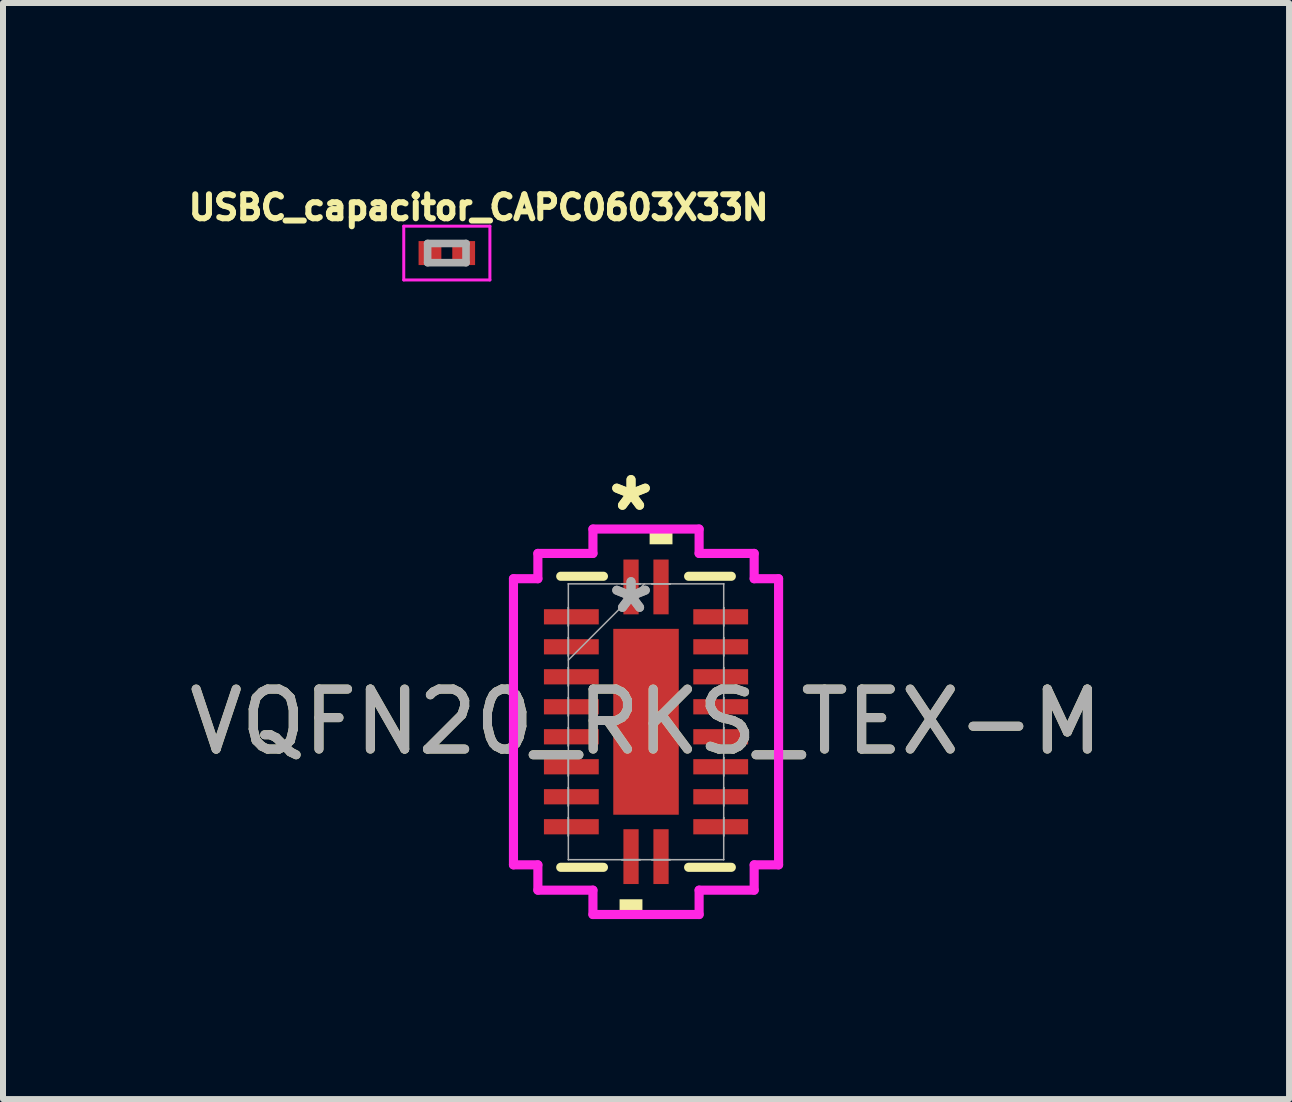
<source format=kicad_pcb>
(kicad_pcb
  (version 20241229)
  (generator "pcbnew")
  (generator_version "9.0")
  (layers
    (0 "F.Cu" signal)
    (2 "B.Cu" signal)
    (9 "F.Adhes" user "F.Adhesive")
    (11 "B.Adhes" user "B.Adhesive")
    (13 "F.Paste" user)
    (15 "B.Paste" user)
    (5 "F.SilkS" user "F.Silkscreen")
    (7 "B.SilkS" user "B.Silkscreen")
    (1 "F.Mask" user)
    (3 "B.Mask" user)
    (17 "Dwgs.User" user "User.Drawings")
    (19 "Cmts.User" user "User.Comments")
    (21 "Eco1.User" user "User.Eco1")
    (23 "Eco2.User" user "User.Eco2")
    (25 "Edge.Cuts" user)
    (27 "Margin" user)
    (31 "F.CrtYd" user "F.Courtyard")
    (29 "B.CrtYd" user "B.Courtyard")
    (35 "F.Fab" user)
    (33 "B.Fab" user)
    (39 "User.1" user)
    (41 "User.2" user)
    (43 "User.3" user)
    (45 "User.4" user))
  (footprint "VQFN20_RKS_TEX-M"
    (layer "F.Cu")
    (at 7.72 8.983)
    (property "Reference" "VQFN20_RKS_TEX-M" (at 0 0 0) (unlocked yes) (layer "F.SilkS") (effects (font (size 1 1) (thickness 0.15))))
    (attr smd)
    (fp_line (start -1.422 2.426) (end -0.71 2.426) (stroke (width 0.152) (type solid)) (layer "F.SilkS"))
    (fp_line (start -0.71 -2.426) (end -1.422 -2.426) (stroke (width 0.152) (type solid)) (layer "F.SilkS"))
    (fp_line (start 0.71 2.426) (end 1.422 2.426) (stroke (width 0.152) (type solid)) (layer "F.SilkS"))
    (fp_line (start 1.422 -2.426) (end 0.71 -2.426) (stroke (width 0.152) (type solid)) (layer "F.SilkS"))
    (fp_poly (pts (xy -0.441 2.959) (xy -0.441 3.213) (xy -0.06 3.213) (xy -0.06 2.959)) (stroke (width 0) (type solid)) (fill yes) (layer "F.SilkS"))
    (fp_poly (pts (xy 0.06 -2.959) (xy 0.06 -3.213) (xy 0.441 -3.213) (xy 0.441 -2.959)) (stroke (width 0) (type solid)) (fill yes) (layer "F.SilkS"))
    (fp_poly (pts (xy -0.446 -1.449) (xy -0.446 -0.1) (xy 0.446 -0.1) (xy 0.446 -1.449)) (stroke (width 0) (type solid)) (fill yes) (layer "F.Paste"))
    (fp_poly (pts (xy -0.446 0.1) (xy -0.446 1.449) (xy 0.446 1.449) (xy 0.446 0.1)) (stroke (width 0) (type solid)) (fill yes) (layer "F.Paste"))
    (fp_line (start -2.21 -2.385) (end -1.803 -2.385) (stroke (width 0.152) (type solid)) (layer "F.CrtYd"))
    (fp_line (start -2.21 2.385) (end -2.21 -2.385) (stroke (width 0.152) (type solid)) (layer "F.CrtYd"))
    (fp_line (start -1.803 -2.807) (end -0.885 -2.807) (stroke (width 0.152) (type solid)) (layer "F.CrtYd"))
    (fp_line (start -1.803 -2.385) (end -1.803 -2.807) (stroke (width 0.152) (type solid)) (layer "F.CrtYd"))
    (fp_line (start -1.803 2.385) (end -2.21 2.385) (stroke (width 0.152) (type solid)) (layer "F.CrtYd"))
    (fp_line (start -1.803 2.807) (end -1.803 2.385) (stroke (width 0.152) (type solid)) (layer "F.CrtYd"))
    (fp_line (start -0.885 -3.213) (end 0.885 -3.213) (stroke (width 0.152) (type solid)) (layer "F.CrtYd"))
    (fp_line (start -0.885 -2.807) (end -0.885 -3.213) (stroke (width 0.152) (type solid)) (layer "F.CrtYd"))
    (fp_line (start -0.885 2.807) (end -1.803 2.807) (stroke (width 0.152) (type solid)) (layer "F.CrtYd"))
    (fp_line (start -0.885 3.213) (end -0.885 2.807) (stroke (width 0.152) (type solid)) (layer "F.CrtYd"))
    (fp_line (start 0.885 -3.213) (end 0.885 -2.807) (stroke (width 0.152) (type solid)) (layer "F.CrtYd"))
    (fp_line (start 0.885 -2.807) (end 1.803 -2.807) (stroke (width 0.152) (type solid)) (layer "F.CrtYd"))
    (fp_line (start 0.885 2.807) (end 0.885 3.213) (stroke (width 0.152) (type solid)) (layer "F.CrtYd"))
    (fp_line (start 0.885 3.213) (end -0.885 3.213) (stroke (width 0.152) (type solid)) (layer "F.CrtYd"))
    (fp_line (start 1.803 -2.807) (end 1.803 -2.385) (stroke (width 0.152) (type solid)) (layer "F.CrtYd"))
    (fp_line (start 1.803 -2.385) (end 2.21 -2.385) (stroke (width 0.152) (type solid)) (layer "F.CrtYd"))
    (fp_line (start 1.803 2.385) (end 1.803 2.807) (stroke (width 0.152) (type solid)) (layer "F.CrtYd"))
    (fp_line (start 1.803 2.807) (end 0.885 2.807) (stroke (width 0.152) (type solid)) (layer "F.CrtYd"))
    (fp_line (start 2.21 -2.385) (end 2.21 2.385) (stroke (width 0.152) (type solid)) (layer "F.CrtYd"))
    (fp_line (start 2.21 2.385) (end 1.803 2.385) (stroke (width 0.152) (type solid)) (layer "F.CrtYd"))
    (fp_line (start -1.295 -2.299) (end -1.295 -2.299) (stroke (width 0.025) (type solid)) (layer "F.Fab"))
    (fp_line (start -1.295 -2.299) (end -1.295 2.299) (stroke (width 0.025) (type solid)) (layer "F.Fab"))
    (fp_line (start -1.295 -1.903) (end -1.295 -1.903) (stroke (width 0.025) (type solid)) (layer "F.Fab"))
    (fp_line (start -1.295 -1.903) (end -1.295 -1.598) (stroke (width 0.025) (type solid)) (layer "F.Fab"))
    (fp_line (start -1.295 -1.598) (end -1.295 -1.903) (stroke (width 0.025) (type solid)) (layer "F.Fab"))
    (fp_line (start -1.295 -1.598) (end -1.295 -1.598) (stroke (width 0.025) (type solid)) (layer "F.Fab"))
    (fp_line (start -1.295 -1.403) (end -1.295 -1.403) (stroke (width 0.025) (type solid)) (layer "F.Fab"))
    (fp_line (start -1.295 -1.403) (end -1.295 -1.098) (stroke (width 0.025) (type solid)) (layer "F.Fab"))
    (fp_line (start -1.295 -1.098) (end -1.295 -1.403) (stroke (width 0.025) (type solid)) (layer "F.Fab"))
    (fp_line (start -1.295 -1.098) (end -1.295 -1.098) (stroke (width 0.025) (type solid)) (layer "F.Fab"))
    (fp_line (start -1.295 -1.029) (end -0.025 -2.299) (stroke (width 0.025) (type solid)) (layer "F.Fab"))
    (fp_line (start -1.295 -0.903) (end -1.295 -0.903) (stroke (width 0.025) (type solid)) (layer "F.Fab"))
    (fp_line (start -1.295 -0.903) (end -1.295 -0.598) (stroke (width 0.025) (type solid)) (layer "F.Fab"))
    (fp_line (start -1.295 -0.598) (end -1.295 -0.903) (stroke (width 0.025) (type solid)) (layer "F.Fab"))
    (fp_line (start -1.295 -0.598) (end -1.295 -0.598) (stroke (width 0.025) (type solid)) (layer "F.Fab"))
    (fp_line (start -1.295 -0.402) (end -1.295 -0.402) (stroke (width 0.025) (type solid)) (layer "F.Fab"))
    (fp_line (start -1.295 -0.402) (end -1.295 -0.098) (stroke (width 0.025) (type solid)) (layer "F.Fab"))
    (fp_line (start -1.295 -0.098) (end -1.295 -0.402) (stroke (width 0.025) (type solid)) (layer "F.Fab"))
    (fp_line (start -1.295 -0.098) (end -1.295 -0.098) (stroke (width 0.025) (type solid)) (layer "F.Fab"))
    (fp_line (start -1.295 0.098) (end -1.295 0.098) (stroke (width 0.025) (type solid)) (layer "F.Fab"))
    (fp_line (start -1.295 0.098) (end -1.295 0.402) (stroke (width 0.025) (type solid)) (layer "F.Fab"))
    (fp_line (start -1.295 0.402) (end -1.295 0.098) (stroke (width 0.025) (type solid)) (layer "F.Fab"))
    (fp_line (start -1.295 0.402) (end -1.295 0.402) (stroke (width 0.025) (type solid)) (layer "F.Fab"))
    (fp_line (start -1.295 0.598) (end -1.295 0.598) (stroke (width 0.025) (type solid)) (layer "F.Fab"))
    (fp_line (start -1.295 0.598) (end -1.295 0.903) (stroke (width 0.025) (type solid)) (layer "F.Fab"))
    (fp_line (start -1.295 0.903) (end -1.295 0.598) (stroke (width 0.025) (type solid)) (layer "F.Fab"))
    (fp_line (start -1.295 0.903) (end -1.295 0.903) (stroke (width 0.025) (type solid)) (layer "F.Fab"))
    (fp_line (start -1.295 1.098) (end -1.295 1.098) (stroke (width 0.025) (type solid)) (layer "F.Fab"))
    (fp_line (start -1.295 1.098) (end -1.295 1.403) (stroke (width 0.025) (type solid)) (layer "F.Fab"))
    (fp_line (start -1.295 1.403) (end -1.295 1.098) (stroke (width 0.025) (type solid)) (layer "F.Fab"))
    (fp_line (start -1.295 1.403) (end -1.295 1.403) (stroke (width 0.025) (type solid)) (layer "F.Fab"))
    (fp_line (start -1.295 1.598) (end -1.295 1.598) (stroke (width 0.025) (type solid)) (layer "F.Fab"))
    (fp_line (start -1.295 1.598) (end -1.295 1.903) (stroke (width 0.025) (type solid)) (layer "F.Fab"))
    (fp_line (start -1.295 1.903) (end -1.295 1.598) (stroke (width 0.025) (type solid)) (layer "F.Fab"))
    (fp_line (start -1.295 1.903) (end -1.295 1.903) (stroke (width 0.025) (type solid)) (layer "F.Fab"))
    (fp_line (start -1.295 2.299) (end -1.295 2.299) (stroke (width 0.025) (type solid)) (layer "F.Fab"))
    (fp_line (start -1.295 2.299) (end 1.295 2.299) (stroke (width 0.025) (type solid)) (layer "F.Fab"))
    (fp_line (start -0.402 -2.299) (end -0.402 -2.299) (stroke (width 0.025) (type solid)) (layer "F.Fab"))
    (fp_line (start -0.402 -2.299) (end -0.098 -2.299) (stroke (width 0.025) (type solid)) (layer "F.Fab"))
    (fp_line (start -0.402 2.299) (end -0.402 2.299) (stroke (width 0.025) (type solid)) (layer "F.Fab"))
    (fp_line (start -0.402 2.299) (end -0.098 2.299) (stroke (width 0.025) (type solid)) (layer "F.Fab"))
    (fp_line (start -0.098 -2.299) (end -0.402 -2.299) (stroke (width 0.025) (type solid)) (layer "F.Fab"))
    (fp_line (start -0.098 -2.299) (end -0.098 -2.299) (stroke (width 0.025) (type solid)) (layer "F.Fab"))
    (fp_line (start -0.098 2.299) (end -0.402 2.299) (stroke (width 0.025) (type solid)) (layer "F.Fab"))
    (fp_line (start -0.098 2.299) (end -0.098 2.299) (stroke (width 0.025) (type solid)) (layer "F.Fab"))
    (fp_line (start 0.098 -2.299) (end 0.098 -2.299) (stroke (width 0.025) (type solid)) (layer "F.Fab"))
    (fp_line (start 0.098 -2.299) (end 0.402 -2.299) (stroke (width 0.025) (type solid)) (layer "F.Fab"))
    (fp_line (start 0.098 2.299) (end 0.098 2.299) (stroke (width 0.025) (type solid)) (layer "F.Fab"))
    (fp_line (start 0.098 2.299) (end 0.402 2.299) (stroke (width 0.025) (type solid)) (layer "F.Fab"))
    (fp_line (start 0.402 -2.299) (end 0.098 -2.299) (stroke (width 0.025) (type solid)) (layer "F.Fab"))
    (fp_line (start 0.402 -2.299) (end 0.402 -2.299) (stroke (width 0.025) (type solid)) (layer "F.Fab"))
    (fp_line (start 0.402 2.299) (end 0.098 2.299) (stroke (width 0.025) (type solid)) (layer "F.Fab"))
    (fp_line (start 0.402 2.299) (end 0.402 2.299) (stroke (width 0.025) (type solid)) (layer "F.Fab"))
    (fp_line (start 1.295 -2.299) (end -1.295 -2.299) (stroke (width 0.025) (type solid)) (layer "F.Fab"))
    (fp_line (start 1.295 -2.299) (end 1.295 -2.299) (stroke (width 0.025) (type solid)) (layer "F.Fab"))
    (fp_line (start 1.295 -1.903) (end 1.295 -1.903) (stroke (width 0.025) (type solid)) (layer "F.Fab"))
    (fp_line (start 1.295 -1.903) (end 1.295 -1.598) (stroke (width 0.025) (type solid)) (layer "F.Fab"))
    (fp_line (start 1.295 -1.598) (end 1.295 -1.903) (stroke (width 0.025) (type solid)) (layer "F.Fab"))
    (fp_line (start 1.295 -1.598) (end 1.295 -1.598) (stroke (width 0.025) (type solid)) (layer "F.Fab"))
    (fp_line (start 1.295 -1.403) (end 1.295 -1.403) (stroke (width 0.025) (type solid)) (layer "F.Fab"))
    (fp_line (start 1.295 -1.403) (end 1.295 -1.098) (stroke (width 0.025) (type solid)) (layer "F.Fab"))
    (fp_line (start 1.295 -1.098) (end 1.295 -1.403) (stroke (width 0.025) (type solid)) (layer "F.Fab"))
    (fp_line (start 1.295 -1.098) (end 1.295 -1.098) (stroke (width 0.025) (type solid)) (layer "F.Fab"))
    (fp_line (start 1.295 -0.903) (end 1.295 -0.903) (stroke (width 0.025) (type solid)) (layer "F.Fab"))
    (fp_line (start 1.295 -0.903) (end 1.295 -0.598) (stroke (width 0.025) (type solid)) (layer "F.Fab"))
    (fp_line (start 1.295 -0.598) (end 1.295 -0.903) (stroke (width 0.025) (type solid)) (layer "F.Fab"))
    (fp_line (start 1.295 -0.598) (end 1.295 -0.598) (stroke (width 0.025) (type solid)) (layer "F.Fab"))
    (fp_line (start 1.295 -0.402) (end 1.295 -0.402) (stroke (width 0.025) (type solid)) (layer "F.Fab"))
    (fp_line (start 1.295 -0.402) (end 1.295 -0.098) (stroke (width 0.025) (type solid)) (layer "F.Fab"))
    (fp_line (start 1.295 -0.098) (end 1.295 -0.402) (stroke (width 0.025) (type solid)) (layer "F.Fab"))
    (fp_line (start 1.295 -0.098) (end 1.295 -0.098) (stroke (width 0.025) (type solid)) (layer "F.Fab"))
    (fp_line (start 1.295 0.098) (end 1.295 0.098) (stroke (width 0.025) (type solid)) (layer "F.Fab"))
    (fp_line (start 1.295 0.098) (end 1.295 0.402) (stroke (width 0.025) (type solid)) (layer "F.Fab"))
    (fp_line (start 1.295 0.402) (end 1.295 0.098) (stroke (width 0.025) (type solid)) (layer "F.Fab"))
    (fp_line (start 1.295 0.402) (end 1.295 0.402) (stroke (width 0.025) (type solid)) (layer "F.Fab"))
    (fp_line (start 1.295 0.598) (end 1.295 0.598) (stroke (width 0.025) (type solid)) (layer "F.Fab"))
    (fp_line (start 1.295 0.598) (end 1.295 0.903) (stroke (width 0.025) (type solid)) (layer "F.Fab"))
    (fp_line (start 1.295 0.903) (end 1.295 0.598) (stroke (width 0.025) (type solid)) (layer "F.Fab"))
    (fp_line (start 1.295 0.903) (end 1.295 0.903) (stroke (width 0.025) (type solid)) (layer "F.Fab"))
    (fp_line (start 1.295 1.098) (end 1.295 1.098) (stroke (width 0.025) (type solid)) (layer "F.Fab"))
    (fp_line (start 1.295 1.098) (end 1.295 1.403) (stroke (width 0.025) (type solid)) (layer "F.Fab"))
    (fp_line (start 1.295 1.403) (end 1.295 1.098) (stroke (width 0.025) (type solid)) (layer "F.Fab"))
    (fp_line (start 1.295 1.403) (end 1.295 1.403) (stroke (width 0.025) (type solid)) (layer "F.Fab"))
    (fp_line (start 1.295 1.598) (end 1.295 1.598) (stroke (width 0.025) (type solid)) (layer "F.Fab"))
    (fp_line (start 1.295 1.598) (end 1.295 1.903) (stroke (width 0.025) (type solid)) (layer "F.Fab"))
    (fp_line (start 1.295 1.903) (end 1.295 1.598) (stroke (width 0.025) (type solid)) (layer "F.Fab"))
    (fp_line (start 1.295 1.903) (end 1.295 1.903) (stroke (width 0.025) (type solid)) (layer "F.Fab"))
    (fp_line (start 1.295 2.299) (end 1.295 -2.299) (stroke (width 0.025) (type solid)) (layer "F.Fab"))
    (fp_line (start 1.295 2.299) (end 1.295 2.299) (stroke (width 0.025) (type solid)) (layer "F.Fab"))
    (fp_text user "*" (at -0.25 -3.493 0) (unlocked yes) (layer "F.SilkS") (effects (font (size 1 1) (thickness 0.15))))
    (fp_text user "*" (at -0.25 -3.493 0) (layer "F.SilkS") (effects (font (size 1 1) (thickness 0.15))))
    (fp_text user "*" (at -0.25 -1.791 0) (layer "F.Fab") (effects (font (size 1 1) (thickness 0.15))))
    (fp_text user "*" (at -0.25 -1.791 0) (unlocked yes) (layer "F.Fab") (effects (font (size 1 1) (thickness 0.15))))
    (fp_text user "${REFERENCE}" (at 0 0 0) (unlocked yes) (layer "F.Fab") (effects (font (size 1 1) (thickness 0.15))))
    (pad "1" smd rect (at -0.25 -2.248) (size 0.254 0.914) (layers "F.Cu" "F.Mask" "F.Paste"))
    (pad "2" smd rect (at -1.245 -1.75 90) (size 0.254 0.914) (layers "F.Cu" "F.Mask" "F.Paste"))
    (pad "3" smd rect (at -1.245 -1.25 90) (size 0.254 0.914) (layers "F.Cu" "F.Mask" "F.Paste"))
    (pad "4" smd rect (at -1.245 -0.75 90) (size 0.254 0.914) (layers "F.Cu" "F.Mask" "F.Paste"))
    (pad "5" smd rect (at -1.245 -0.25 90) (size 0.254 0.914) (layers "F.Cu" "F.Mask" "F.Paste"))
    (pad "6" smd rect (at -1.245 0.25 90) (size 0.254 0.914) (layers "F.Cu" "F.Mask" "F.Paste"))
    (pad "7" smd rect (at -1.245 0.75 90) (size 0.254 0.914) (layers "F.Cu" "F.Mask" "F.Paste"))
    (pad "8" smd rect (at -1.245 1.25 90) (size 0.254 0.914) (layers "F.Cu" "F.Mask" "F.Paste"))
    (pad "9" smd rect (at -1.245 1.75 90) (size 0.254 0.914) (layers "F.Cu" "F.Mask" "F.Paste"))
    (pad "10" smd rect (at -0.25 2.248) (size 0.254 0.914) (layers "F.Cu" "F.Mask" "F.Paste"))
    (pad "11" smd rect (at 0.25 2.248) (size 0.254 0.914) (layers "F.Cu" "F.Mask" "F.Paste"))
    (pad "12" smd rect (at 1.245 1.75 90) (size 0.254 0.914) (layers "F.Cu" "F.Mask" "F.Paste"))
    (pad "13" smd rect (at 1.245 1.25 90) (size 0.254 0.914) (layers "F.Cu" "F.Mask" "F.Paste"))
    (pad "14" smd rect (at 1.245 0.75 90) (size 0.254 0.914) (layers "F.Cu" "F.Mask" "F.Paste"))
    (pad "15" smd rect (at 1.245 0.25 90) (size 0.254 0.914) (layers "F.Cu" "F.Mask" "F.Paste"))
    (pad "16" smd rect (at 1.245 -0.25 90) (size 0.254 0.914) (layers "F.Cu" "F.Mask" "F.Paste"))
    (pad "17" smd rect (at 1.245 -0.75 90) (size 0.254 0.914) (layers "F.Cu" "F.Mask" "F.Paste"))
    (pad "18" smd rect (at 1.245 -1.25 90) (size 0.254 0.914) (layers "F.Cu" "F.Mask" "F.Paste"))
    (pad "19" smd rect (at 1.245 -1.75 90) (size 0.254 0.914) (layers "F.Cu" "F.Mask" "F.Paste"))
    (pad "20" smd rect (at 0.25 -2.248) (size 0.254 0.914) (layers "F.Cu" "F.Mask" "F.Paste"))
    (pad "21" smd rect (at 0 0) (size 1.092 3.099) (layers "F.Cu" "F.Mask" "F.Paste")))
  (footprint "USBC_capacitor_CAPC0603X33N"
    (layer "F.Cu")
    (at 4.399 1.169)
    (property "Reference" "USBC_capacitor_CAPC0603X33N" (at 0.53 -0.76 0) (layer "F.SilkS") (effects (font (size 0.4 0.4) (thickness 0.1) (bold yes))))
    (attr smd)
    (fp_line (start -0.718 -0.448) (end 0.718 -0.448) (stroke (width 0.05) (type solid)) (layer "F.CrtYd"))
    (fp_line (start -0.718 0.448) (end -0.718 -0.448) (stroke (width 0.05) (type solid)) (layer "F.CrtYd"))
    (fp_line (start -0.718 0.448) (end 0.718 0.448) (stroke (width 0.05) (type solid)) (layer "F.CrtYd"))
    (fp_line (start 0.718 0.448) (end 0.718 -0.448) (stroke (width 0.05) (type solid)) (layer "F.CrtYd"))
    (fp_line (start -0.32 0.16) (end -0.32 -0.16) (stroke (width 0.127) (type solid)) (layer "F.Fab"))
    (fp_line (start 0.32 -0.16) (end -0.32 -0.16) (stroke (width 0.127) (type solid)) (layer "F.Fab"))
    (fp_line (start 0.32 0.16) (end -0.32 0.16) (stroke (width 0.127) (type solid)) (layer "F.Fab"))
    (fp_line (start 0.32 0.16) (end 0.32 -0.16) (stroke (width 0.127) (type solid)) (layer "F.Fab"))
    (pad "1" smd rect (at -0.281 0) (size 0.38 0.4) (layers "F.Cu" "F.Mask" "F.Paste"))
    (pad "2" smd rect (at 0.281 0) (size 0.38 0.4) (layers "F.Cu" "F.Mask" "F.Paste")))
  (gr_rect
    (start -3 -3)
    (end 18.44 15.273)
    (stroke (width 0.1) (type default))
    (fill no)
    (layer "Edge.Cuts")))
</source>
